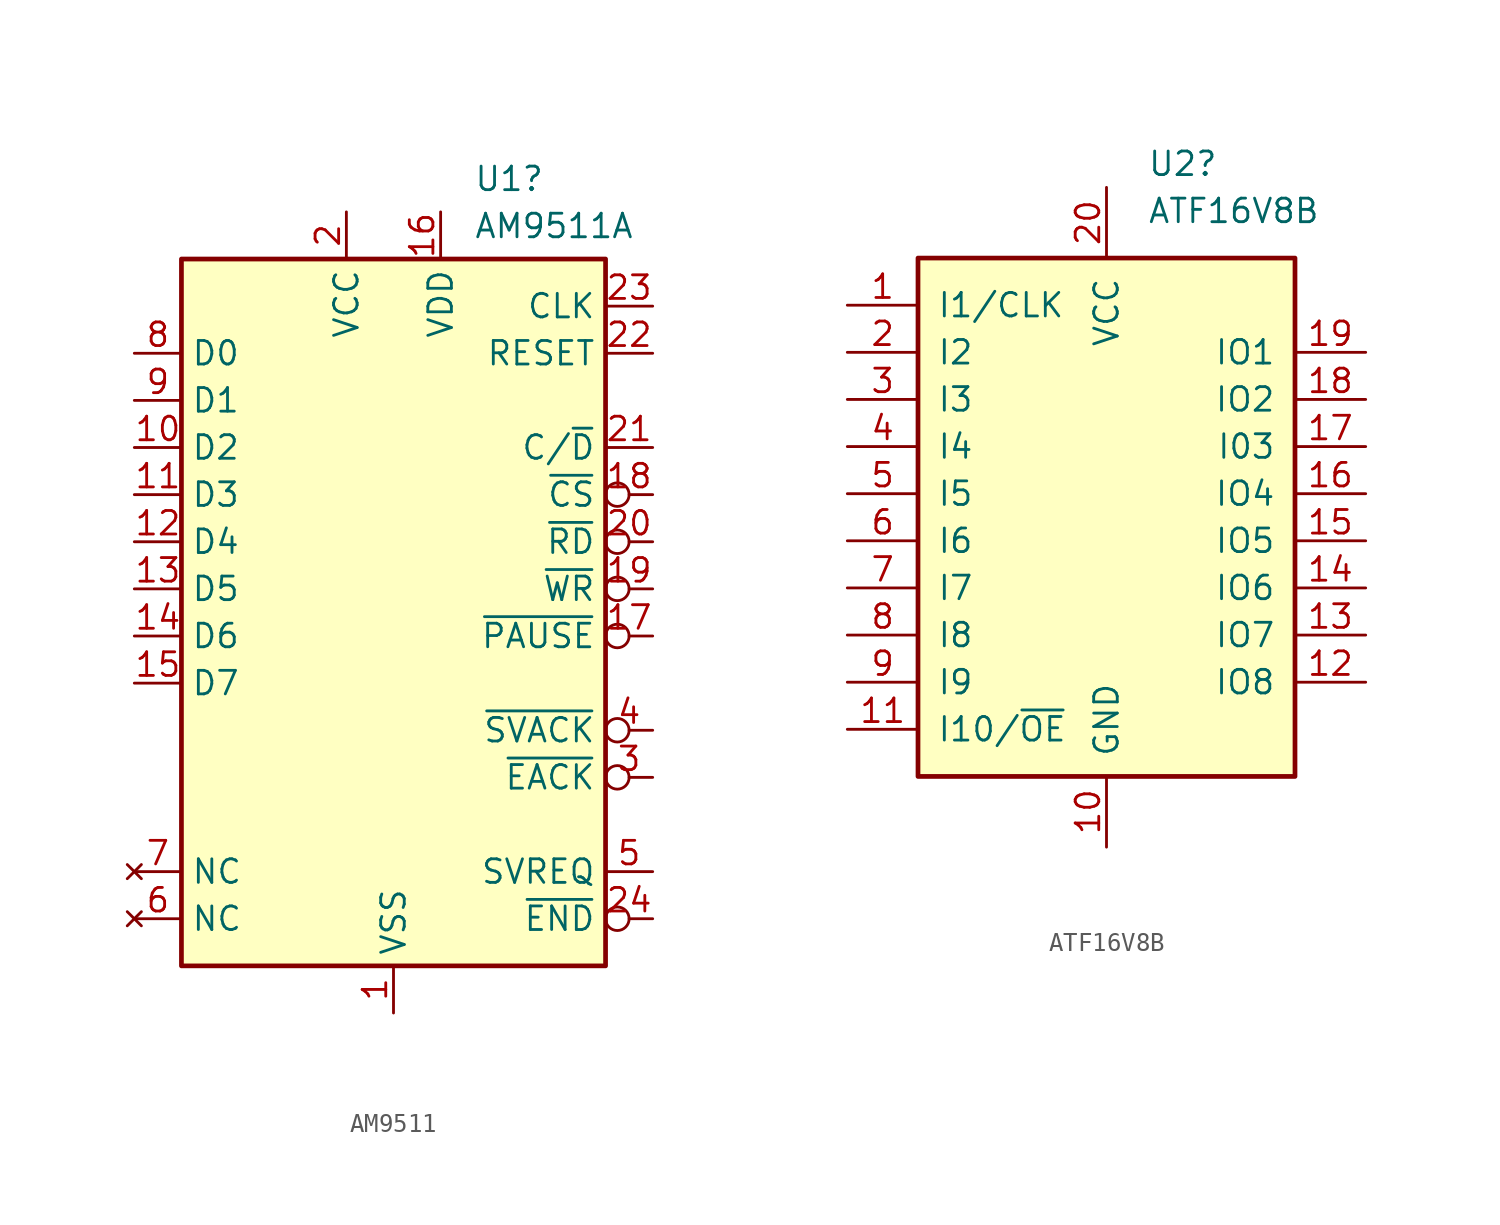
<source format=kicad_sym>
(kicad_symbol_lib
  (version 20241209)
  (generator "kicad_symbol_editor")
  (generator_version "9.0")
  (symbol "AM9511"
    (property "Reference" "U1"
      (at 4.318 23.368 0)
      (effects (font (size 1.27 1.27)) (justify left)))
    (property "Value" "AM9511A"
      (at 4.318 20.828 0)
      (effects (font (size 1.27 1.27)) (justify left)))
    (symbol "AM9511_1_1"
      (rectangle (start -11.43 19.05) (end 11.43 -19.05) (stroke (width 0.254) (type default)) (fill (type background)))
      (pin tri_state line (at -13.97 13.97 0) (length 2.54) (name "D0" (effects (font (size 1.27 1.27)))) (number "8" (effects (font (size 1.27 1.27)))))
      (pin tri_state line (at -13.97 11.43 0) (length 2.54) (name "D1" (effects (font (size 1.27 1.27)))) (number "9" (effects (font (size 1.27 1.27)))))
      (pin tri_state line (at -13.97 8.89 0) (length 2.54) (name "D2" (effects (font (size 1.27 1.27)))) (number "10" (effects (font (size 1.27 1.27)))))
      (pin tri_state line (at -13.97 6.35 0) (length 2.54) (name "D3" (effects (font (size 1.27 1.27)))) (number "11" (effects (font (size 1.27 1.27)))))
      (pin tri_state line (at -13.97 3.81 0) (length 2.54) (name "D4" (effects (font (size 1.27 1.27)))) (number "12" (effects (font (size 1.27 1.27)))))
      (pin tri_state line (at -13.97 1.27 0) (length 2.54) (name "D5" (effects (font (size 1.27 1.27)))) (number "13" (effects (font (size 1.27 1.27)))))
      (pin tri_state line (at -13.97 -1.27 0) (length 2.54) (name "D6" (effects (font (size 1.27 1.27)))) (number "14" (effects (font (size 1.27 1.27)))))
      (pin tri_state line (at -13.97 -3.81 0) (length 2.54) (name "D7" (effects (font (size 1.27 1.27)))) (number "15" (effects (font (size 1.27 1.27)))))
      (pin no_connect line (at -13.97 -13.97 0) (length 2.54) (name "NC" (effects (font (size 1.27 1.27)))) (number "7" (effects (font (size 1.27 1.27)))))
      (pin no_connect line (at -13.97 -16.51 0) (length 2.54) (name "NC" (effects (font (size 1.27 1.27)))) (number "6" (effects (font (size 1.27 1.27)))))
      (pin power_in line (at -2.54 21.59 270) (length 2.54) (name "VCC" (effects (font (size 1.27 1.27)))) (number "2" (effects (font (size 1.27 1.27)))))
      (pin power_in line (at 0 -21.59 90) (length 2.54) (name "VSS" (effects (font (size 1.27 1.27)))) (number "1" (effects (font (size 1.27 1.27)))))
      (pin power_in line (at 2.54 21.59 270) (length 2.54) (name "VDD" (effects (font (size 1.27 1.27)))) (number "16" (effects (font (size 1.27 1.27)))))
      (pin input line (at 13.97 16.51 180) (length 2.54) (name "CLK" (effects (font (size 1.27 1.27)))) (number "23" (effects (font (size 1.27 1.27)))))
      (pin input line (at 13.97 13.97 180) (length 2.54) (name "RESET" (effects (font (size 1.27 1.27)))) (number "22" (effects (font (size 1.27 1.27)))))
      (pin input line (at 13.97 8.89 180) (length 2.54) (name "C/~{D}" (effects (font (size 1.27 1.27)))) (number "21" (effects (font (size 1.27 1.27)))))
      (pin input inverted (at 13.97 6.35 180) (length 2.54) (name "~{CS}" (effects (font (size 1.27 1.27)))) (number "18" (effects (font (size 1.27 1.27)))))
      (pin input inverted (at 13.97 3.81 180) (length 2.54) (name "~{RD}" (effects (font (size 1.27 1.27)))) (number "20" (effects (font (size 1.27 1.27)))))
      (pin input inverted (at 13.97 1.27 180) (length 2.54) (name "~{WR}" (effects (font (size 1.27 1.27)))) (number "19" (effects (font (size 1.27 1.27)))))
      (pin output inverted (at 13.97 -1.27 180) (length 2.54) (name "~{PAUSE}" (effects (font (size 1.27 1.27)))) (number "17" (effects (font (size 1.27 1.27)))))
      (pin input inverted (at 13.97 -6.35 180) (length 2.54) (name "~{SVACK}" (effects (font (size 1.27 1.27)))) (number "4" (effects (font (size 1.27 1.27)))))
      (pin input inverted (at 13.97 -8.89 180) (length 2.54) (name "~{EACK}" (effects (font (size 1.27 1.27)))) (number "3" (effects (font (size 1.27 1.27)))))
      (pin output line (at 13.97 -13.97 180) (length 2.54) (name "SVREQ" (effects (font (size 1.27 1.27)))) (number "5" (effects (font (size 1.27 1.27)))))
      (pin output inverted (at 13.97 -16.51 180) (length 2.54) (name "~{END}" (effects (font (size 1.27 1.27)))) (number "24" (effects (font (size 1.27 1.27)))))))
  (symbol "ATF16V8B"
    (pin_names
      (offset 1.016))
    (property "Reference" "U2"
      (at 2.194 20.32 0)
      (effects (font (size 1.27 1.27)) (justify left)))
    (property "Value" "ATF16V8B"
      (at 2.194 17.78 0)
      (effects (font (size 1.27 1.27)) (justify left)))
    (symbol "ATF16V8B_0_0"
      (pin power_in line (at 0 19.05 270) (length 3.81) (name "VCC" (effects (font (size 1.27 1.27)))) (number "20" (effects (font (size 1.27 1.27)))))
      (pin power_in line (at 0 -16.51 90) (length 3.81) (name "GND" (effects (font (size 1.27 1.27)))) (number "10" (effects (font (size 1.27 1.27))))))
    (symbol "ATF16V8B_0_1"
      (rectangle (start -10.16 15.24) (end 10.16 -12.7) (stroke (width 0.254) (type default)) (fill (type background))))
    (symbol "ATF16V8B_1_1"
      (pin input line (at -13.97 12.7 0) (length 3.81) (name "I1/CLK" (effects (font (size 1.27 1.27)))) (number "1" (effects (font (size 1.27 1.27)))))
      (pin input line (at -13.97 10.16 0) (length 3.81) (name "I2" (effects (font (size 1.27 1.27)))) (number "2" (effects (font (size 1.27 1.27)))))
      (pin input line (at -13.97 7.62 0) (length 3.81) (name "I3" (effects (font (size 1.27 1.27)))) (number "3" (effects (font (size 1.27 1.27)))))
      (pin input line (at -13.97 5.08 0) (length 3.81) (name "I4" (effects (font (size 1.27 1.27)))) (number "4" (effects (font (size 1.27 1.27)))))
      (pin input line (at -13.97 2.54 0) (length 3.81) (name "I5" (effects (font (size 1.27 1.27)))) (number "5" (effects (font (size 1.27 1.27)))))
      (pin input line (at -13.97 0 0) (length 3.81) (name "I6" (effects (font (size 1.27 1.27)))) (number "6" (effects (font (size 1.27 1.27)))))
      (pin input line (at -13.97 -2.54 0) (length 3.81) (name "I7" (effects (font (size 1.27 1.27)))) (number "7" (effects (font (size 1.27 1.27)))))
      (pin input line (at -13.97 -5.08 0) (length 3.81) (name "I8" (effects (font (size 1.27 1.27)))) (number "8" (effects (font (size 1.27 1.27)))))
      (pin input line (at -13.97 -7.62 0) (length 3.81) (name "I9" (effects (font (size 1.27 1.27)))) (number "9" (effects (font (size 1.27 1.27)))))
      (pin input line (at -13.97 -10.16 0) (length 3.81) (name "I10/~{OE}" (effects (font (size 1.27 1.27)))) (number "11" (effects (font (size 1.27 1.27)))))
      (pin bidirectional line (at 13.97 10.16 180) (length 3.81) (name "IO1" (effects (font (size 1.27 1.27)))) (number "19" (effects (font (size 1.27 1.27)))))
      (pin bidirectional line (at 13.97 7.62 180) (length 3.81) (name "IO2" (effects (font (size 1.27 1.27)))) (number "18" (effects (font (size 1.27 1.27)))))
      (pin bidirectional line (at 13.97 5.08 180) (length 3.81) (name "I03" (effects (font (size 1.27 1.27)))) (number "17" (effects (font (size 1.27 1.27)))))
      (pin bidirectional line (at 13.97 2.54 180) (length 3.81) (name "IO4" (effects (font (size 1.27 1.27)))) (number "16" (effects (font (size 1.27 1.27)))))
      (pin bidirectional line (at 13.97 0 180) (length 3.81) (name "IO5" (effects (font (size 1.27 1.27)))) (number "15" (effects (font (size 1.27 1.27)))))
      (pin bidirectional line (at 13.97 -2.54 180) (length 3.81) (name "IO6" (effects (font (size 1.27 1.27)))) (number "14" (effects (font (size 1.27 1.27)))))
      (pin bidirectional line (at 13.97 -5.08 180) (length 3.81) (name "IO7" (effects (font (size 1.27 1.27)))) (number "13" (effects (font (size 1.27 1.27)))))
      (pin bidirectional line (at 13.97 -7.62 180) (length 3.81) (name "IO8" (effects (font (size 1.27 1.27)))) (number "12" (effects (font (size 1.27 1.27))))))))
</source>
